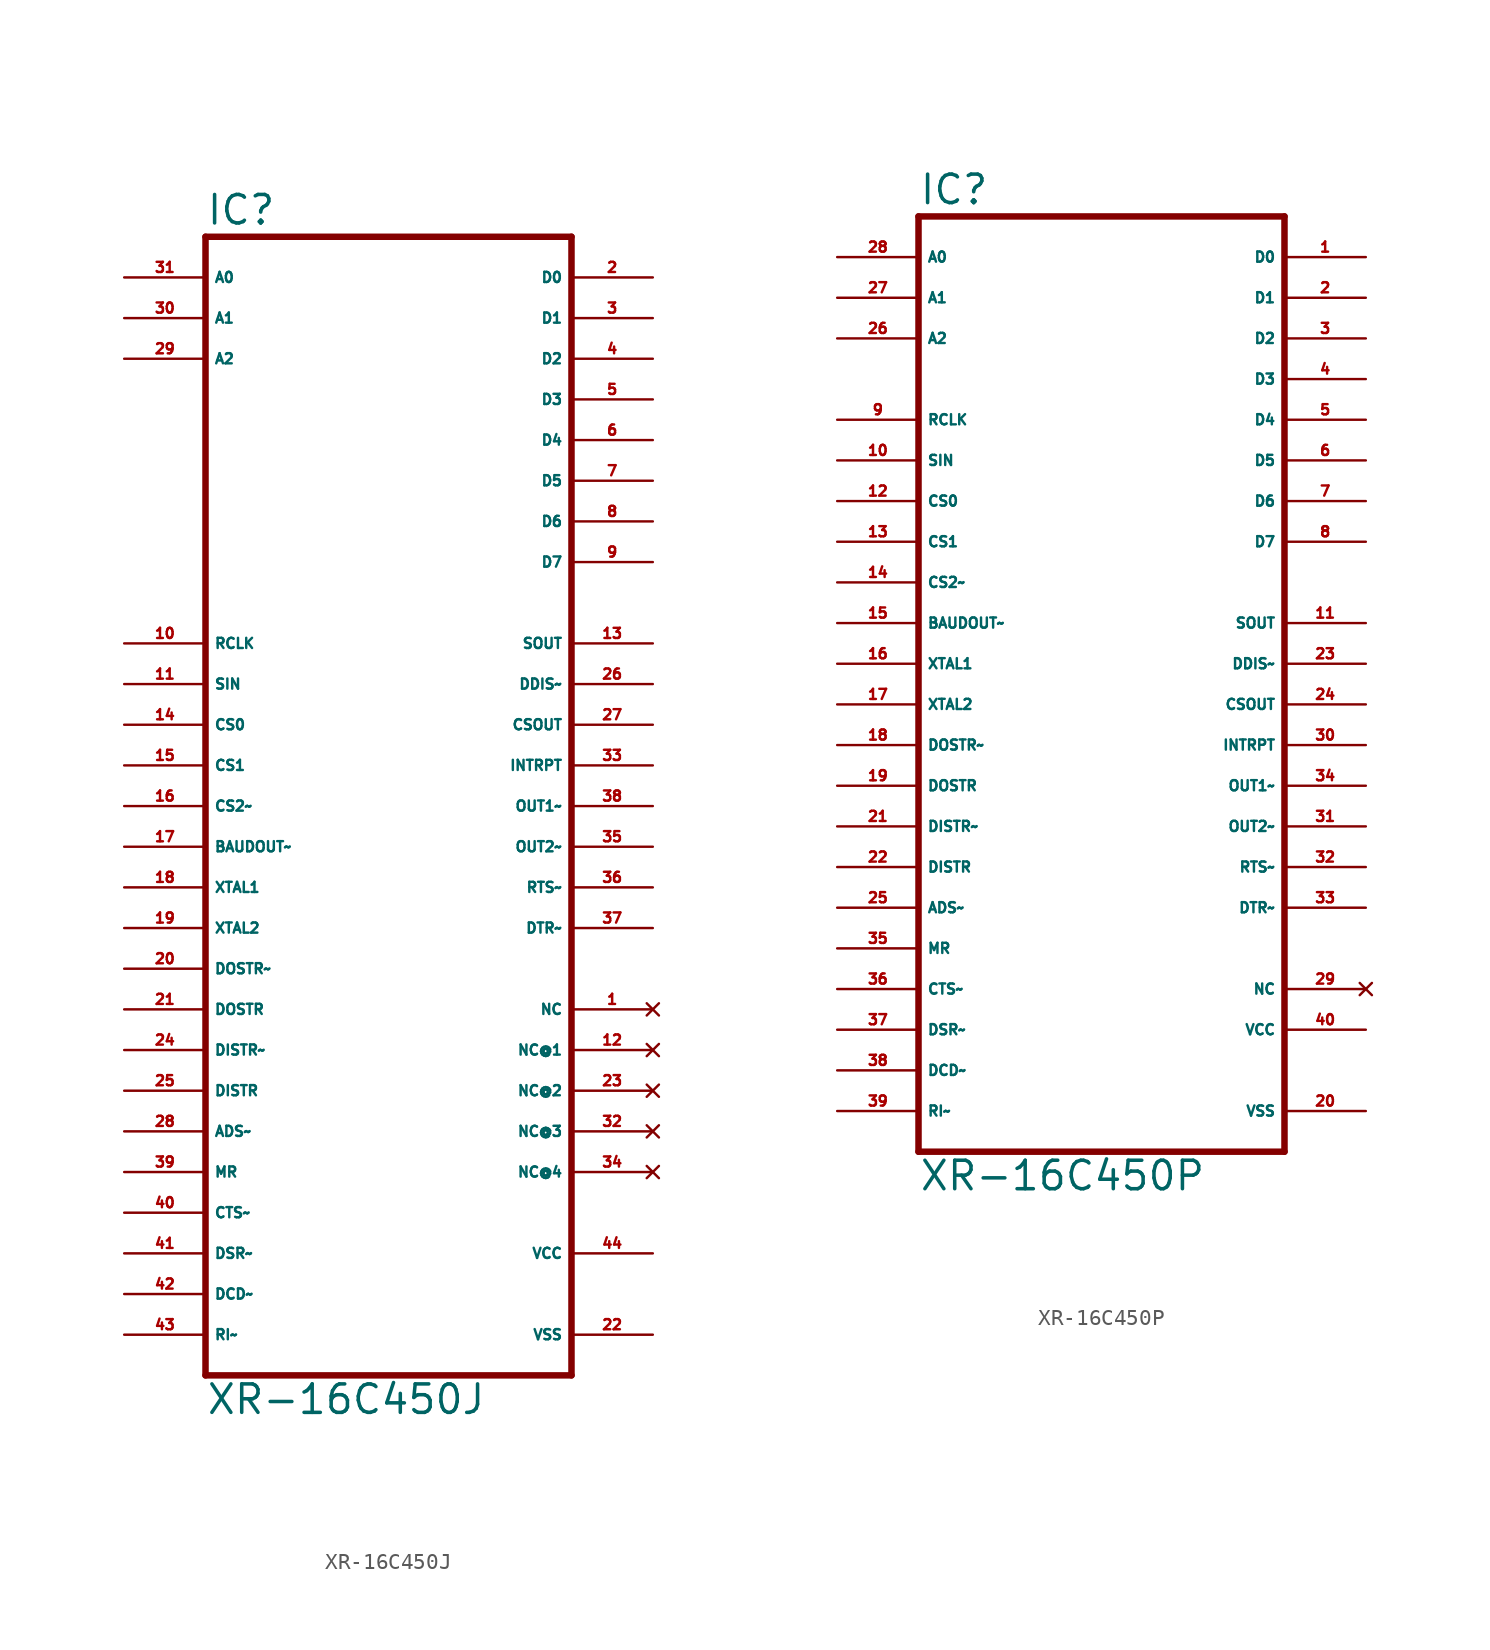
<source format=kicad_sym>
(kicad_symbol_lib
  (version 20220914)
  (generator Eagle2Kicad)
  (symbol "XR-16C450J"
    (property "Reference" "IC"
      (at -10.16 36.195 0)
      (effects (font (size 1.778 1.778) (thickness 0.22)) (justify left bottom)))
    (property "Value" "XR-16C450J"
      (at -10.16 -38.1 0)
      (effects (font (size 1.778 1.778) (thickness 0.22)) (justify left bottom)))
    (polyline
      (pts (xy -10.16 -35.56) (xy 12.7 -35.56))
      (stroke (width 0.406) (type default))
      (fill (type none)))
    (polyline
      (pts (xy 12.7 -35.56) (xy 12.7 35.56))
      (stroke (width 0.406) (type default))
      (fill (type none)))
    (polyline
      (pts (xy 12.7 35.56) (xy -10.16 35.56))
      (stroke (width 0.406) (type default))
      (fill (type none)))
    (polyline
      (pts (xy -10.16 35.56) (xy -10.16 -35.56))
      (stroke (width 0.406) (type default))
      (fill (type none)))
    (pin bidirectional line
      (at 17.78 33.02 180)
      (length 5.08)
      (name "D0" (effects (font (size 0.635 0.635) (thickness 0.08)) (justify left bottom)))
      (number "2" (effects (font (size 0.635 0.635) (thickness 0.08)) (justify left bottom))))
    (pin bidirectional line
      (at 17.78 30.48 180)
      (length 5.08)
      (name "D1" (effects (font (size 0.635 0.635) (thickness 0.08)) (justify left bottom)))
      (number "3" (effects (font (size 0.635 0.635) (thickness 0.08)) (justify left bottom))))
    (pin bidirectional line
      (at 17.78 27.94 180)
      (length 5.08)
      (name "D2" (effects (font (size 0.635 0.635) (thickness 0.08)) (justify left bottom)))
      (number "4" (effects (font (size 0.635 0.635) (thickness 0.08)) (justify left bottom))))
    (pin bidirectional line
      (at 17.78 25.4 180)
      (length 5.08)
      (name "D3" (effects (font (size 0.635 0.635) (thickness 0.08)) (justify left bottom)))
      (number "5" (effects (font (size 0.635 0.635) (thickness 0.08)) (justify left bottom))))
    (pin bidirectional line
      (at 17.78 22.86 180)
      (length 5.08)
      (name "D4" (effects (font (size 0.635 0.635) (thickness 0.08)) (justify left bottom)))
      (number "6" (effects (font (size 0.635 0.635) (thickness 0.08)) (justify left bottom))))
    (pin bidirectional line
      (at 17.78 20.32 180)
      (length 5.08)
      (name "D5" (effects (font (size 0.635 0.635) (thickness 0.08)) (justify left bottom)))
      (number "7" (effects (font (size 0.635 0.635) (thickness 0.08)) (justify left bottom))))
    (pin bidirectional line
      (at 17.78 17.78 180)
      (length 5.08)
      (name "D6" (effects (font (size 0.635 0.635) (thickness 0.08)) (justify left bottom)))
      (number "8" (effects (font (size 0.635 0.635) (thickness 0.08)) (justify left bottom))))
    (pin bidirectional line
      (at 17.78 15.24 180)
      (length 5.08)
      (name "D7" (effects (font (size 0.635 0.635) (thickness 0.08)) (justify left bottom)))
      (number "9" (effects (font (size 0.635 0.635) (thickness 0.08)) (justify left bottom))))
    (pin input line
      (at -15.24 33.02 0)
      (length 5.08)
      (name "A0" (effects (font (size 0.635 0.635) (thickness 0.08)) (justify left bottom)))
      (number "31" (effects (font (size 0.635 0.635) (thickness 0.08)) (justify left bottom))))
    (pin input line
      (at -15.24 30.48 0)
      (length 5.08)
      (name "A1" (effects (font (size 0.635 0.635) (thickness 0.08)) (justify left bottom)))
      (number "30" (effects (font (size 0.635 0.635) (thickness 0.08)) (justify left bottom))))
    (pin input line
      (at -15.24 27.94 0)
      (length 5.08)
      (name "A2" (effects (font (size 0.635 0.635) (thickness 0.08)) (justify left bottom)))
      (number "29" (effects (font (size 0.635 0.635) (thickness 0.08)) (justify left bottom))))
    (pin input line
      (at -15.24 10.16 0)
      (length 5.08)
      (name "RCLK" (effects (font (size 0.635 0.635) (thickness 0.08)) (justify left bottom)))
      (number "10" (effects (font (size 0.635 0.635) (thickness 0.08)) (justify left bottom))))
    (pin input line
      (at -15.24 7.62 0)
      (length 5.08)
      (name "SIN" (effects (font (size 0.635 0.635) (thickness 0.08)) (justify left bottom)))
      (number "11" (effects (font (size 0.635 0.635) (thickness 0.08)) (justify left bottom))))
    (pin input line
      (at -15.24 5.08 0)
      (length 5.08)
      (name "CS0" (effects (font (size 0.635 0.635) (thickness 0.08)) (justify left bottom)))
      (number "14" (effects (font (size 0.635 0.635) (thickness 0.08)) (justify left bottom))))
    (pin input line
      (at -15.24 2.54 0)
      (length 5.08)
      (name "CS1" (effects (font (size 0.635 0.635) (thickness 0.08)) (justify left bottom)))
      (number "15" (effects (font (size 0.635 0.635) (thickness 0.08)) (justify left bottom))))
    (pin input line
      (at -15.24 0 0)
      (length 5.08)
      (name "CS2~" (effects (font (size 0.635 0.635) (thickness 0.08)) (justify left bottom)))
      (number "16" (effects (font (size 0.635 0.635) (thickness 0.08)) (justify left bottom))))
    (pin input line
      (at -15.24 -2.54 0)
      (length 5.08)
      (name "BAUDOUT~" (effects (font (size 0.635 0.635) (thickness 0.08)) (justify left bottom)))
      (number "17" (effects (font (size 0.635 0.635) (thickness 0.08)) (justify left bottom))))
    (pin input line
      (at -15.24 -5.08 0)
      (length 5.08)
      (name "XTAL1" (effects (font (size 0.635 0.635) (thickness 0.08)) (justify left bottom)))
      (number "18" (effects (font (size 0.635 0.635) (thickness 0.08)) (justify left bottom))))
    (pin input line
      (at -15.24 -7.62 0)
      (length 5.08)
      (name "XTAL2" (effects (font (size 0.635 0.635) (thickness 0.08)) (justify left bottom)))
      (number "19" (effects (font (size 0.635 0.635) (thickness 0.08)) (justify left bottom))))
    (pin input line
      (at -15.24 -10.16 0)
      (length 5.08)
      (name "DOSTR~" (effects (font (size 0.635 0.635) (thickness 0.08)) (justify left bottom)))
      (number "20" (effects (font (size 0.635 0.635) (thickness 0.08)) (justify left bottom))))
    (pin input line
      (at -15.24 -12.7 0)
      (length 5.08)
      (name "DOSTR" (effects (font (size 0.635 0.635) (thickness 0.08)) (justify left bottom)))
      (number "21" (effects (font (size 0.635 0.635) (thickness 0.08)) (justify left bottom))))
    (pin input line
      (at -15.24 -15.24 0)
      (length 5.08)
      (name "DISTR~" (effects (font (size 0.635 0.635) (thickness 0.08)) (justify left bottom)))
      (number "24" (effects (font (size 0.635 0.635) (thickness 0.08)) (justify left bottom))))
    (pin input line
      (at -15.24 -17.78 0)
      (length 5.08)
      (name "DISTR" (effects (font (size 0.635 0.635) (thickness 0.08)) (justify left bottom)))
      (number "25" (effects (font (size 0.635 0.635) (thickness 0.08)) (justify left bottom))))
    (pin input line
      (at -15.24 -20.32 0)
      (length 5.08)
      (name "ADS~" (effects (font (size 0.635 0.635) (thickness 0.08)) (justify left bottom)))
      (number "28" (effects (font (size 0.635 0.635) (thickness 0.08)) (justify left bottom))))
    (pin input line
      (at -15.24 -22.86 0)
      (length 5.08)
      (name "MR" (effects (font (size 0.635 0.635) (thickness 0.08)) (justify left bottom)))
      (number "39" (effects (font (size 0.635 0.635) (thickness 0.08)) (justify left bottom))))
    (pin output line
      (at 17.78 10.16 180)
      (length 5.08)
      (name "SOUT" (effects (font (size 0.635 0.635) (thickness 0.08)) (justify left bottom)))
      (number "13" (effects (font (size 0.635 0.635) (thickness 0.08)) (justify left bottom))))
    (pin output line
      (at 17.78 7.62 180)
      (length 5.08)
      (name "DDIS~" (effects (font (size 0.635 0.635) (thickness 0.08)) (justify left bottom)))
      (number "26" (effects (font (size 0.635 0.635) (thickness 0.08)) (justify left bottom))))
    (pin output line
      (at 17.78 5.08 180)
      (length 5.08)
      (name "CSOUT" (effects (font (size 0.635 0.635) (thickness 0.08)) (justify left bottom)))
      (number "27" (effects (font (size 0.635 0.635) (thickness 0.08)) (justify left bottom))))
    (pin output line
      (at 17.78 2.54 180)
      (length 5.08)
      (name "INTRPT" (effects (font (size 0.635 0.635) (thickness 0.08)) (justify left bottom)))
      (number "33" (effects (font (size 0.635 0.635) (thickness 0.08)) (justify left bottom))))
    (pin output line
      (at 17.78 0 180)
      (length 5.08)
      (name "OUT1~" (effects (font (size 0.635 0.635) (thickness 0.08)) (justify left bottom)))
      (number "38" (effects (font (size 0.635 0.635) (thickness 0.08)) (justify left bottom))))
    (pin output line
      (at 17.78 -2.54 180)
      (length 5.08)
      (name "OUT2~" (effects (font (size 0.635 0.635) (thickness 0.08)) (justify left bottom)))
      (number "35" (effects (font (size 0.635 0.635) (thickness 0.08)) (justify left bottom))))
    (pin output line
      (at 17.78 -5.08 180)
      (length 5.08)
      (name "RTS~" (effects (font (size 0.635 0.635) (thickness 0.08)) (justify left bottom)))
      (number "36" (effects (font (size 0.635 0.635) (thickness 0.08)) (justify left bottom))))
    (pin output line
      (at 17.78 -7.62 180)
      (length 5.08)
      (name "DTR~" (effects (font (size 0.635 0.635) (thickness 0.08)) (justify left bottom)))
      (number "37" (effects (font (size 0.635 0.635) (thickness 0.08)) (justify left bottom))))
    (pin input line
      (at -15.24 -25.4 0)
      (length 5.08)
      (name "CTS~" (effects (font (size 0.635 0.635) (thickness 0.08)) (justify left bottom)))
      (number "40" (effects (font (size 0.635 0.635) (thickness 0.08)) (justify left bottom))))
    (pin input line
      (at -15.24 -27.94 0)
      (length 5.08)
      (name "DSR~" (effects (font (size 0.635 0.635) (thickness 0.08)) (justify left bottom)))
      (number "41" (effects (font (size 0.635 0.635) (thickness 0.08)) (justify left bottom))))
    (pin input line
      (at -15.24 -30.48 0)
      (length 5.08)
      (name "DCD~" (effects (font (size 0.635 0.635) (thickness 0.08)) (justify left bottom)))
      (number "42" (effects (font (size 0.635 0.635) (thickness 0.08)) (justify left bottom))))
    (pin input line
      (at -15.24 -33.02 0)
      (length 5.08)
      (name "RI~" (effects (font (size 0.635 0.635) (thickness 0.08)) (justify left bottom)))
      (number "43" (effects (font (size 0.635 0.635) (thickness 0.08)) (justify left bottom))))
    (pin unspecified line
      (at 17.78 -27.94 180)
      (length 5.08)
      (name "VCC" (effects (font (size 0.635 0.635) (thickness 0.08)) (justify left bottom)))
      (number "44" (effects (font (size 0.635 0.635) (thickness 0.08)) (justify left bottom))))
    (pin unspecified line
      (at 17.78 -33.02 180)
      (length 5.08)
      (name "VSS" (effects (font (size 0.635 0.635) (thickness 0.08)) (justify left bottom)))
      (number "22" (effects (font (size 0.635 0.635) (thickness 0.08)) (justify left bottom))))
    (pin no_connect line
      (at 17.78 -12.7 180)
      (length 5.08)
      (name "NC" (effects (font (size 0.635 0.635) (thickness 0.08)) (justify left bottom) hide))
      (number "1" (effects (font (size 0.635 0.635) (thickness 0.08)) (justify left bottom) hide)))
    (pin no_connect line
      (at 17.78 -22.86 180)
      (length 5.08)
      (name "NC@4" (effects (font (size 0.635 0.635) (thickness 0.08)) (justify left bottom) hide))
      (number "34" (effects (font (size 0.635 0.635) (thickness 0.08)) (justify left bottom) hide)))
    (pin no_connect line
      (at 17.78 -15.24 180)
      (length 5.08)
      (name "NC@1" (effects (font (size 0.635 0.635) (thickness 0.08)) (justify left bottom) hide))
      (number "12" (effects (font (size 0.635 0.635) (thickness 0.08)) (justify left bottom) hide)))
    (pin no_connect line
      (at 17.78 -17.78 180)
      (length 5.08)
      (name "NC@2" (effects (font (size 0.635 0.635) (thickness 0.08)) (justify left bottom) hide))
      (number "23" (effects (font (size 0.635 0.635) (thickness 0.08)) (justify left bottom) hide)))
    (pin no_connect line
      (at 17.78 -20.32 180)
      (length 5.08)
      (name "NC@3" (effects (font (size 0.635 0.635) (thickness 0.08)) (justify left bottom) hide))
      (number "32" (effects (font (size 0.635 0.635) (thickness 0.08)) (justify left bottom) hide))))
  (symbol "XR-16C450P"
    (property "Reference" "IC"
      (at -10.16 28.575 0)
      (effects (font (size 1.778 1.778) (thickness 0.22)) (justify left bottom)))
    (property "Value" "XR-16C450P"
      (at -10.16 -33.02 0)
      (effects (font (size 1.778 1.778) (thickness 0.22)) (justify left bottom)))
    (polyline
      (pts (xy -10.16 -30.48) (xy 12.7 -30.48))
      (stroke (width 0.406) (type default))
      (fill (type none)))
    (polyline
      (pts (xy 12.7 -30.48) (xy 12.7 27.94))
      (stroke (width 0.406) (type default))
      (fill (type none)))
    (polyline
      (pts (xy 12.7 27.94) (xy -10.16 27.94))
      (stroke (width 0.406) (type default))
      (fill (type none)))
    (polyline
      (pts (xy -10.16 27.94) (xy -10.16 -30.48))
      (stroke (width 0.406) (type default))
      (fill (type none)))
    (pin bidirectional line
      (at 17.78 25.4 180)
      (length 5.08)
      (name "D0" (effects (font (size 0.635 0.635) (thickness 0.08)) (justify left bottom)))
      (number "1" (effects (font (size 0.635 0.635) (thickness 0.08)) (justify left bottom))))
    (pin bidirectional line
      (at 17.78 22.86 180)
      (length 5.08)
      (name "D1" (effects (font (size 0.635 0.635) (thickness 0.08)) (justify left bottom)))
      (number "2" (effects (font (size 0.635 0.635) (thickness 0.08)) (justify left bottom))))
    (pin bidirectional line
      (at 17.78 20.32 180)
      (length 5.08)
      (name "D2" (effects (font (size 0.635 0.635) (thickness 0.08)) (justify left bottom)))
      (number "3" (effects (font (size 0.635 0.635) (thickness 0.08)) (justify left bottom))))
    (pin bidirectional line
      (at 17.78 17.78 180)
      (length 5.08)
      (name "D3" (effects (font (size 0.635 0.635) (thickness 0.08)) (justify left bottom)))
      (number "4" (effects (font (size 0.635 0.635) (thickness 0.08)) (justify left bottom))))
    (pin bidirectional line
      (at 17.78 15.24 180)
      (length 5.08)
      (name "D4" (effects (font (size 0.635 0.635) (thickness 0.08)) (justify left bottom)))
      (number "5" (effects (font (size 0.635 0.635) (thickness 0.08)) (justify left bottom))))
    (pin bidirectional line
      (at 17.78 12.7 180)
      (length 5.08)
      (name "D5" (effects (font (size 0.635 0.635) (thickness 0.08)) (justify left bottom)))
      (number "6" (effects (font (size 0.635 0.635) (thickness 0.08)) (justify left bottom))))
    (pin bidirectional line
      (at 17.78 10.16 180)
      (length 5.08)
      (name "D6" (effects (font (size 0.635 0.635) (thickness 0.08)) (justify left bottom)))
      (number "7" (effects (font (size 0.635 0.635) (thickness 0.08)) (justify left bottom))))
    (pin bidirectional line
      (at 17.78 7.62 180)
      (length 5.08)
      (name "D7" (effects (font (size 0.635 0.635) (thickness 0.08)) (justify left bottom)))
      (number "8" (effects (font (size 0.635 0.635) (thickness 0.08)) (justify left bottom))))
    (pin input line
      (at -15.24 25.4 0)
      (length 5.08)
      (name "A0" (effects (font (size 0.635 0.635) (thickness 0.08)) (justify left bottom)))
      (number "28" (effects (font (size 0.635 0.635) (thickness 0.08)) (justify left bottom))))
    (pin input line
      (at -15.24 22.86 0)
      (length 5.08)
      (name "A1" (effects (font (size 0.635 0.635) (thickness 0.08)) (justify left bottom)))
      (number "27" (effects (font (size 0.635 0.635) (thickness 0.08)) (justify left bottom))))
    (pin input line
      (at -15.24 20.32 0)
      (length 5.08)
      (name "A2" (effects (font (size 0.635 0.635) (thickness 0.08)) (justify left bottom)))
      (number "26" (effects (font (size 0.635 0.635) (thickness 0.08)) (justify left bottom))))
    (pin input line
      (at -15.24 15.24 0)
      (length 5.08)
      (name "RCLK" (effects (font (size 0.635 0.635) (thickness 0.08)) (justify left bottom)))
      (number "9" (effects (font (size 0.635 0.635) (thickness 0.08)) (justify left bottom))))
    (pin input line
      (at -15.24 12.7 0)
      (length 5.08)
      (name "SIN" (effects (font (size 0.635 0.635) (thickness 0.08)) (justify left bottom)))
      (number "10" (effects (font (size 0.635 0.635) (thickness 0.08)) (justify left bottom))))
    (pin input line
      (at -15.24 10.16 0)
      (length 5.08)
      (name "CS0" (effects (font (size 0.635 0.635) (thickness 0.08)) (justify left bottom)))
      (number "12" (effects (font (size 0.635 0.635) (thickness 0.08)) (justify left bottom))))
    (pin input line
      (at -15.24 7.62 0)
      (length 5.08)
      (name "CS1" (effects (font (size 0.635 0.635) (thickness 0.08)) (justify left bottom)))
      (number "13" (effects (font (size 0.635 0.635) (thickness 0.08)) (justify left bottom))))
    (pin input line
      (at -15.24 5.08 0)
      (length 5.08)
      (name "CS2~" (effects (font (size 0.635 0.635) (thickness 0.08)) (justify left bottom)))
      (number "14" (effects (font (size 0.635 0.635) (thickness 0.08)) (justify left bottom))))
    (pin input line
      (at -15.24 2.54 0)
      (length 5.08)
      (name "BAUDOUT~" (effects (font (size 0.635 0.635) (thickness 0.08)) (justify left bottom)))
      (number "15" (effects (font (size 0.635 0.635) (thickness 0.08)) (justify left bottom))))
    (pin input line
      (at -15.24 0 0)
      (length 5.08)
      (name "XTAL1" (effects (font (size 0.635 0.635) (thickness 0.08)) (justify left bottom)))
      (number "16" (effects (font (size 0.635 0.635) (thickness 0.08)) (justify left bottom))))
    (pin input line
      (at -15.24 -2.54 0)
      (length 5.08)
      (name "XTAL2" (effects (font (size 0.635 0.635) (thickness 0.08)) (justify left bottom)))
      (number "17" (effects (font (size 0.635 0.635) (thickness 0.08)) (justify left bottom))))
    (pin input line
      (at -15.24 -5.08 0)
      (length 5.08)
      (name "DOSTR~" (effects (font (size 0.635 0.635) (thickness 0.08)) (justify left bottom)))
      (number "18" (effects (font (size 0.635 0.635) (thickness 0.08)) (justify left bottom))))
    (pin input line
      (at -15.24 -7.62 0)
      (length 5.08)
      (name "DOSTR" (effects (font (size 0.635 0.635) (thickness 0.08)) (justify left bottom)))
      (number "19" (effects (font (size 0.635 0.635) (thickness 0.08)) (justify left bottom))))
    (pin input line
      (at -15.24 -10.16 0)
      (length 5.08)
      (name "DISTR~" (effects (font (size 0.635 0.635) (thickness 0.08)) (justify left bottom)))
      (number "21" (effects (font (size 0.635 0.635) (thickness 0.08)) (justify left bottom))))
    (pin input line
      (at -15.24 -12.7 0)
      (length 5.08)
      (name "DISTR" (effects (font (size 0.635 0.635) (thickness 0.08)) (justify left bottom)))
      (number "22" (effects (font (size 0.635 0.635) (thickness 0.08)) (justify left bottom))))
    (pin input line
      (at -15.24 -15.24 0)
      (length 5.08)
      (name "ADS~" (effects (font (size 0.635 0.635) (thickness 0.08)) (justify left bottom)))
      (number "25" (effects (font (size 0.635 0.635) (thickness 0.08)) (justify left bottom))))
    (pin input line
      (at -15.24 -17.78 0)
      (length 5.08)
      (name "MR" (effects (font (size 0.635 0.635) (thickness 0.08)) (justify left bottom)))
      (number "35" (effects (font (size 0.635 0.635) (thickness 0.08)) (justify left bottom))))
    (pin output line
      (at 17.78 2.54 180)
      (length 5.08)
      (name "SOUT" (effects (font (size 0.635 0.635) (thickness 0.08)) (justify left bottom)))
      (number "11" (effects (font (size 0.635 0.635) (thickness 0.08)) (justify left bottom))))
    (pin output line
      (at 17.78 0 180)
      (length 5.08)
      (name "DDIS~" (effects (font (size 0.635 0.635) (thickness 0.08)) (justify left bottom)))
      (number "23" (effects (font (size 0.635 0.635) (thickness 0.08)) (justify left bottom))))
    (pin output line
      (at 17.78 -2.54 180)
      (length 5.08)
      (name "CSOUT" (effects (font (size 0.635 0.635) (thickness 0.08)) (justify left bottom)))
      (number "24" (effects (font (size 0.635 0.635) (thickness 0.08)) (justify left bottom))))
    (pin output line
      (at 17.78 -5.08 180)
      (length 5.08)
      (name "INTRPT" (effects (font (size 0.635 0.635) (thickness 0.08)) (justify left bottom)))
      (number "30" (effects (font (size 0.635 0.635) (thickness 0.08)) (justify left bottom))))
    (pin output line
      (at 17.78 -7.62 180)
      (length 5.08)
      (name "OUT1~" (effects (font (size 0.635 0.635) (thickness 0.08)) (justify left bottom)))
      (number "34" (effects (font (size 0.635 0.635) (thickness 0.08)) (justify left bottom))))
    (pin output line
      (at 17.78 -10.16 180)
      (length 5.08)
      (name "OUT2~" (effects (font (size 0.635 0.635) (thickness 0.08)) (justify left bottom)))
      (number "31" (effects (font (size 0.635 0.635) (thickness 0.08)) (justify left bottom))))
    (pin output line
      (at 17.78 -12.7 180)
      (length 5.08)
      (name "RTS~" (effects (font (size 0.635 0.635) (thickness 0.08)) (justify left bottom)))
      (number "32" (effects (font (size 0.635 0.635) (thickness 0.08)) (justify left bottom))))
    (pin output line
      (at 17.78 -15.24 180)
      (length 5.08)
      (name "DTR~" (effects (font (size 0.635 0.635) (thickness 0.08)) (justify left bottom)))
      (number "33" (effects (font (size 0.635 0.635) (thickness 0.08)) (justify left bottom))))
    (pin input line
      (at -15.24 -20.32 0)
      (length 5.08)
      (name "CTS~" (effects (font (size 0.635 0.635) (thickness 0.08)) (justify left bottom)))
      (number "36" (effects (font (size 0.635 0.635) (thickness 0.08)) (justify left bottom))))
    (pin input line
      (at -15.24 -22.86 0)
      (length 5.08)
      (name "DSR~" (effects (font (size 0.635 0.635) (thickness 0.08)) (justify left bottom)))
      (number "37" (effects (font (size 0.635 0.635) (thickness 0.08)) (justify left bottom))))
    (pin input line
      (at -15.24 -25.4 0)
      (length 5.08)
      (name "DCD~" (effects (font (size 0.635 0.635) (thickness 0.08)) (justify left bottom)))
      (number "38" (effects (font (size 0.635 0.635) (thickness 0.08)) (justify left bottom))))
    (pin input line
      (at -15.24 -27.94 0)
      (length 5.08)
      (name "RI~" (effects (font (size 0.635 0.635) (thickness 0.08)) (justify left bottom)))
      (number "39" (effects (font (size 0.635 0.635) (thickness 0.08)) (justify left bottom))))
    (pin unspecified line
      (at 17.78 -22.86 180)
      (length 5.08)
      (name "VCC" (effects (font (size 0.635 0.635) (thickness 0.08)) (justify left bottom)))
      (number "40" (effects (font (size 0.635 0.635) (thickness 0.08)) (justify left bottom))))
    (pin unspecified line
      (at 17.78 -27.94 180)
      (length 5.08)
      (name "VSS" (effects (font (size 0.635 0.635) (thickness 0.08)) (justify left bottom)))
      (number "20" (effects (font (size 0.635 0.635) (thickness 0.08)) (justify left bottom))))
    (pin no_connect line
      (at 17.78 -20.32 180)
      (length 5.08)
      (name "NC" (effects (font (size 0.635 0.635) (thickness 0.08)) (justify left bottom) hide))
      (number "29" (effects (font (size 0.635 0.635) (thickness 0.08)) (justify left bottom) hide)))))
</source>
